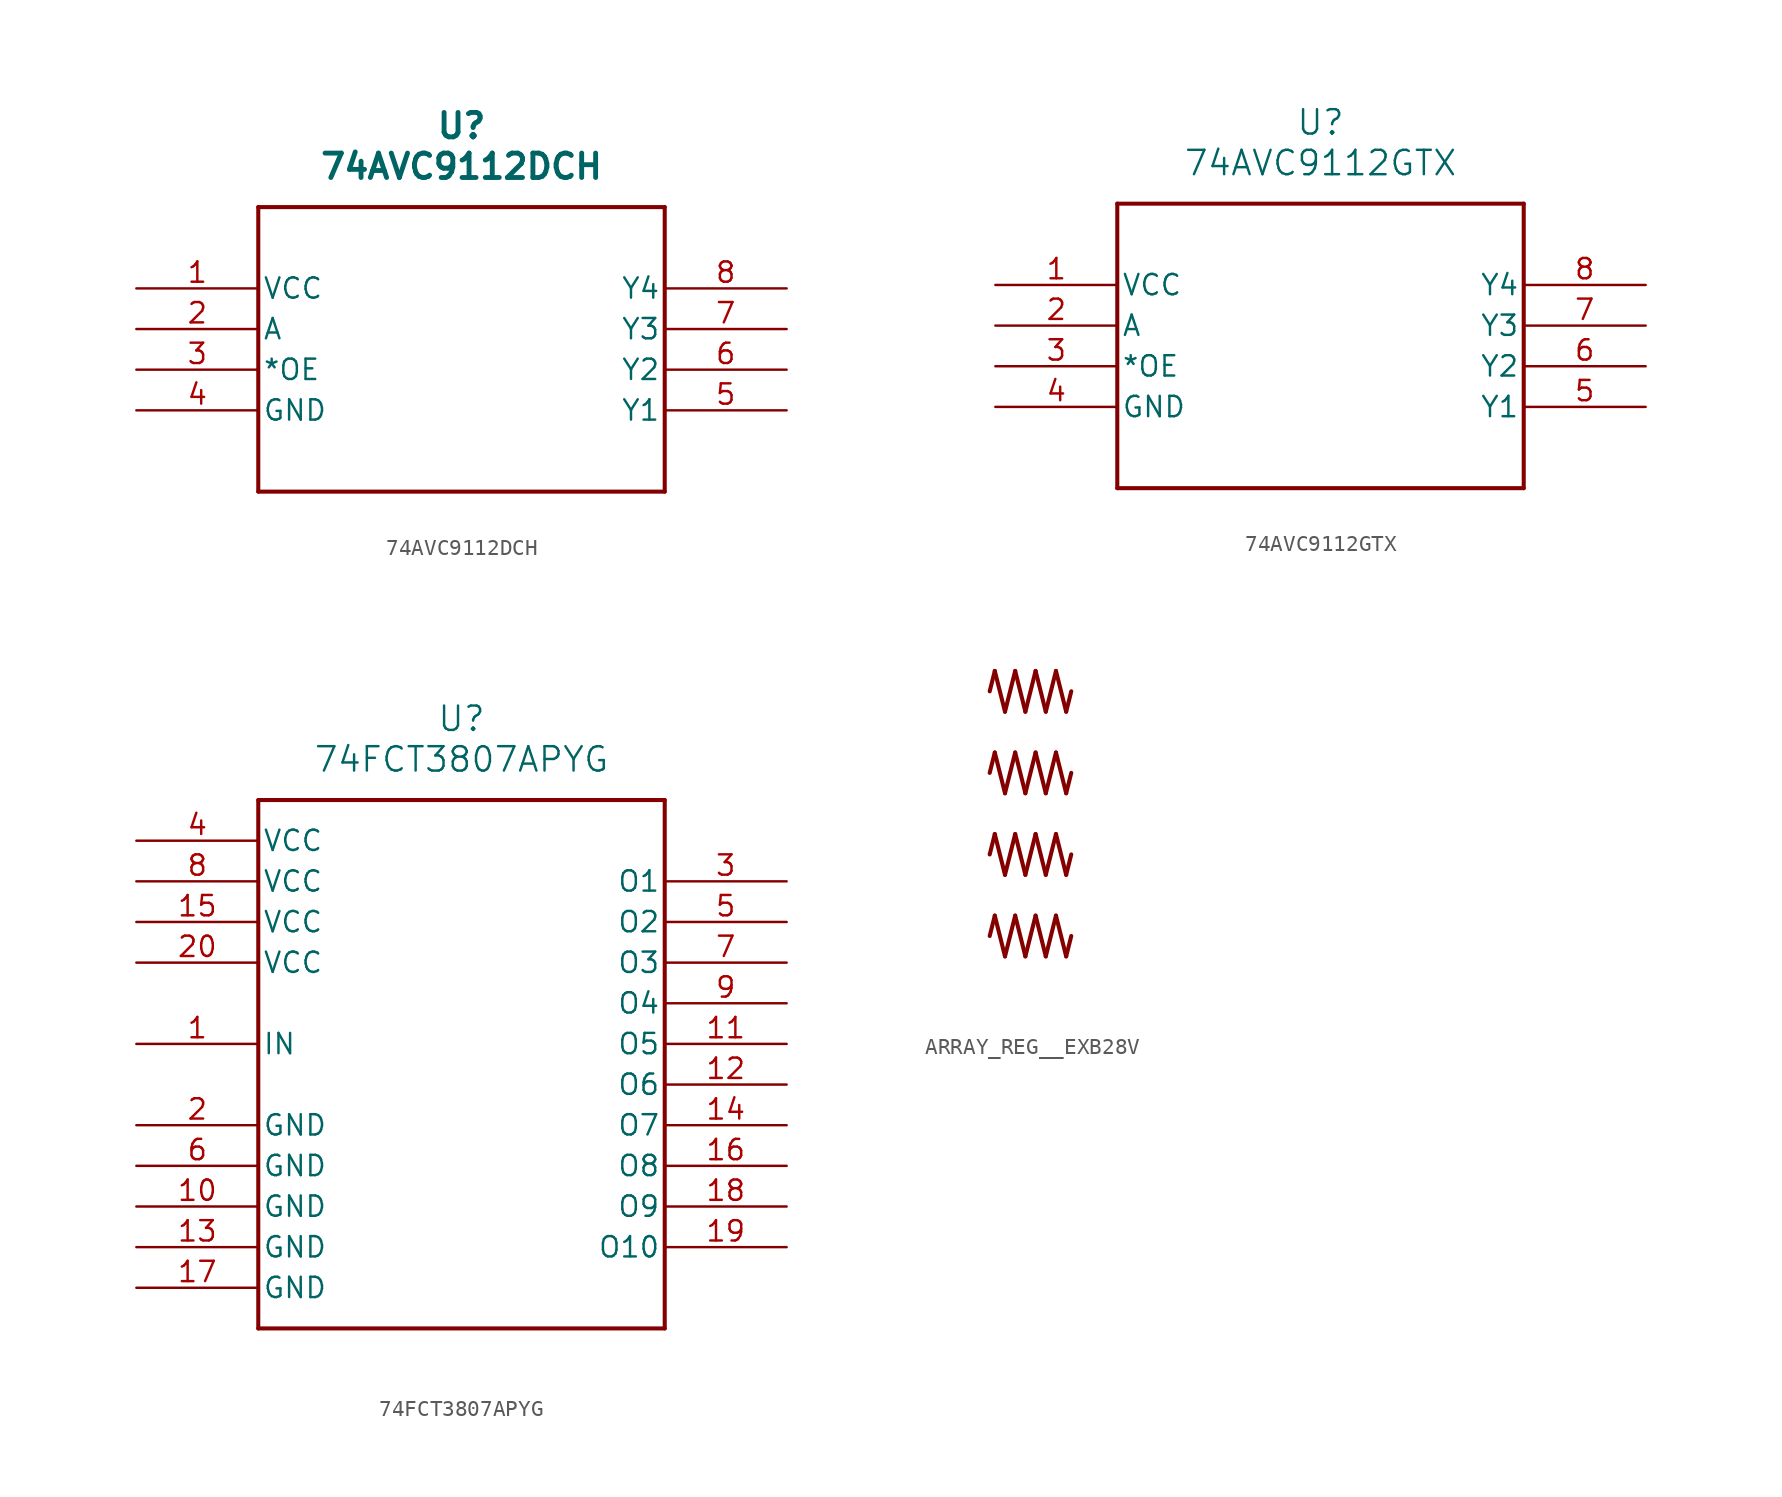
<source format=kicad_sym>
(kicad_symbol_lib
  (version 20231120)
  (generator "kicad_symbol_editor")
  (generator_version "8.0")
  (symbol "74AVC9112DCH"
    (pin_names
      (offset 0.254))
    (property "Reference" "U"
      (at 20.32 10.16 0)
      (effects (font (size 1.524 1.524) (thickness 0.305) (bold yes))))
    (property "Value" "74AVC9112DCH"
      (at 20.32 7.62 0)
      (effects (font (size 1.524 1.524) (thickness 0.305) (bold yes))))
    (property "ki_locked" ""
      (at 0 0 0)
      (effects (font (size 1.27 1.27))))
    (symbol "74AVC9112DCH_0_1"
      (pin power_in line (at 0 0 0) (length 7.62) (name "VCC" (effects (font (size 1.27 1.27)))) (number "1" (effects (font (size 1.27 1.27)))))
      (pin input line (at 0 -2.54 0) (length 7.62) (name "A" (effects (font (size 1.27 1.27)))) (number "2" (effects (font (size 1.27 1.27)))))
      (pin input line (at 0 -5.08 0) (length 7.62) (name "*OE" (effects (font (size 1.27 1.27)))) (number "3" (effects (font (size 1.27 1.27)))))
      (pin power_out line (at 0 -7.62 0) (length 7.62) (name "GND" (effects (font (size 1.27 1.27)))) (number "4" (effects (font (size 1.27 1.27)))))
      (pin output line (at 40.64 -7.62 180) (length 7.62) (name "Y1" (effects (font (size 1.27 1.27)))) (number "5" (effects (font (size 1.27 1.27)))))
      (pin output line (at 40.64 -5.08 180) (length 7.62) (name "Y2" (effects (font (size 1.27 1.27)))) (number "6" (effects (font (size 1.27 1.27)))))
      (pin output line (at 40.64 -2.54 180) (length 7.62) (name "Y3" (effects (font (size 1.27 1.27)))) (number "7" (effects (font (size 1.27 1.27)))))
      (pin output line (at 40.64 0 180) (length 7.62) (name "Y4" (effects (font (size 1.27 1.27)))) (number "8" (effects (font (size 1.27 1.27))))))
    (symbol "74AVC9112DCH_1_1"
      (polyline (pts (xy 7.62 -12.7) (xy 33.02 -12.7)) (stroke (width 0.254) (type default)) (fill (type none)))
      (polyline (pts (xy 7.62 5.08) (xy 7.62 -12.7)) (stroke (width 0.254) (type default)) (fill (type none)))
      (polyline (pts (xy 33.02 -12.7) (xy 33.02 5.08)) (stroke (width 0.254) (type default)) (fill (type none)))
      (polyline (pts (xy 33.02 5.08) (xy 7.62 5.08)) (stroke (width 0.254) (type default)) (fill (type none)))))
  (symbol "74AVC9112GTX"
    (pin_names
      (offset 0.254))
    (property "Reference" "U"
      (at 20.32 10.16 0)
      (effects (font (size 1.524 1.524))))
    (property "Value" "74AVC9112GTX"
      (at 20.32 7.62 0)
      (effects (font (size 1.524 1.524))))
    (property "ki_locked" ""
      (at 0 0 0)
      (effects (font (size 1.27 1.27))))
    (symbol "74AVC9112GTX_0_1"
      (pin power_in line (at 0 0 0) (length 7.62) (name "VCC" (effects (font (size 1.27 1.27)))) (number "1" (effects (font (size 1.27 1.27)))))
      (pin input line (at 0 -2.54 0) (length 7.62) (name "A" (effects (font (size 1.27 1.27)))) (number "2" (effects (font (size 1.27 1.27)))))
      (pin input line (at 0 -5.08 0) (length 7.62) (name "*OE" (effects (font (size 1.27 1.27)))) (number "3" (effects (font (size 1.27 1.27)))))
      (pin power_out line (at 0 -7.62 0) (length 7.62) (name "GND" (effects (font (size 1.27 1.27)))) (number "4" (effects (font (size 1.27 1.27)))))
      (pin output line (at 40.64 -7.62 180) (length 7.62) (name "Y1" (effects (font (size 1.27 1.27)))) (number "5" (effects (font (size 1.27 1.27)))))
      (pin output line (at 40.64 -5.08 180) (length 7.62) (name "Y2" (effects (font (size 1.27 1.27)))) (number "6" (effects (font (size 1.27 1.27)))))
      (pin output line (at 40.64 -2.54 180) (length 7.62) (name "Y3" (effects (font (size 1.27 1.27)))) (number "7" (effects (font (size 1.27 1.27)))))
      (pin output line (at 40.64 0 180) (length 7.62) (name "Y4" (effects (font (size 1.27 1.27)))) (number "8" (effects (font (size 1.27 1.27))))))
    (symbol "74AVC9112GTX_1_1"
      (polyline (pts (xy 7.62 -12.7) (xy 33.02 -12.7)) (stroke (width 0.254) (type default)) (fill (type none)))
      (polyline (pts (xy 7.62 5.08) (xy 7.62 -12.7)) (stroke (width 0.254) (type default)) (fill (type none)))
      (polyline (pts (xy 33.02 -12.7) (xy 33.02 5.08)) (stroke (width 0.254) (type default)) (fill (type none)))
      (polyline (pts (xy 33.02 5.08) (xy 7.62 5.08)) (stroke (width 0.254) (type default)) (fill (type none)))))
  (symbol "74FCT3807APYG"
    (pin_names
      (offset 0.254))
    (property "Reference" "U"
      (at 25.4 10.16 0)
      (effects (font (size 1.524 1.524))))
    (property "Value" "74FCT3807APYG"
      (at 25.4 7.62 0)
      (effects (font (size 1.524 1.524))))
    (property "ki_locked" ""
      (at 0 0 0)
      (effects (font (size 1.27 1.27))))
    (symbol "74FCT3807APYG_1_1"
      (polyline (pts (xy 12.7 -27.94) (xy 38.1 -27.94)) (stroke (width 0.254) (type default)) (fill (type none)))
      (polyline (pts (xy 12.7 5.08) (xy 12.7 -27.94)) (stroke (width 0.254) (type default)) (fill (type none)))
      (polyline (pts (xy 38.1 -27.94) (xy 38.1 5.08)) (stroke (width 0.254) (type default)) (fill (type none)))
      (polyline (pts (xy 38.1 5.08) (xy 12.7 5.08)) (stroke (width 0.254) (type default)) (fill (type none)))
      (pin bidirectional line (at 5.08 -10.16 0) (length 7.62) (name "IN" (effects (font (size 1.27 1.27)))) (number "1" (effects (font (size 1.27 1.27)))))
      (pin bidirectional line (at 5.08 -20.32 0) (length 7.62) (name "GND" (effects (font (size 1.27 1.27)))) (number "10" (effects (font (size 1.27 1.27)))))
      (pin bidirectional line (at 45.72 -10.16 180) (length 7.62) (name "O5" (effects (font (size 1.27 1.27)))) (number "11" (effects (font (size 1.27 1.27)))))
      (pin bidirectional line (at 45.72 -12.7 180) (length 7.62) (name "O6" (effects (font (size 1.27 1.27)))) (number "12" (effects (font (size 1.27 1.27)))))
      (pin bidirectional line (at 5.08 -22.86 0) (length 7.62) (name "GND" (effects (font (size 1.27 1.27)))) (number "13" (effects (font (size 1.27 1.27)))))
      (pin bidirectional line (at 45.72 -15.24 180) (length 7.62) (name "O7" (effects (font (size 1.27 1.27)))) (number "14" (effects (font (size 1.27 1.27)))))
      (pin bidirectional line (at 5.08 -2.54 0) (length 7.62) (name "VCC" (effects (font (size 1.27 1.27)))) (number "15" (effects (font (size 1.27 1.27)))))
      (pin bidirectional line (at 45.72 -17.78 180) (length 7.62) (name "O8" (effects (font (size 1.27 1.27)))) (number "16" (effects (font (size 1.27 1.27)))))
      (pin bidirectional line (at 5.08 -25.4 0) (length 7.62) (name "GND" (effects (font (size 1.27 1.27)))) (number "17" (effects (font (size 1.27 1.27)))))
      (pin power_in line (at 45.72 -20.32 180) (length 7.62) (name "O9" (effects (font (size 1.27 1.27)))) (number "18" (effects (font (size 1.27 1.27)))))
      (pin bidirectional line (at 45.72 -22.86 180) (length 7.62) (name "O10" (effects (font (size 1.27 1.27)))) (number "19" (effects (font (size 1.27 1.27)))))
      (pin bidirectional line (at 5.08 -15.24 0) (length 7.62) (name "GND" (effects (font (size 1.27 1.27)))) (number "2" (effects (font (size 1.27 1.27)))))
      (pin bidirectional line (at 5.08 -5.08 0) (length 7.62) (name "VCC" (effects (font (size 1.27 1.27)))) (number "20" (effects (font (size 1.27 1.27)))))
      (pin power_out line (at 45.72 0 180) (length 7.62) (name "O1" (effects (font (size 1.27 1.27)))) (number "3" (effects (font (size 1.27 1.27)))))
      (pin bidirectional line (at 5.08 2.54 0) (length 7.62) (name "VCC" (effects (font (size 1.27 1.27)))) (number "4" (effects (font (size 1.27 1.27)))))
      (pin bidirectional line (at 45.72 -2.54 180) (length 7.62) (name "O2" (effects (font (size 1.27 1.27)))) (number "5" (effects (font (size 1.27 1.27)))))
      (pin bidirectional line (at 5.08 -17.78 0) (length 7.62) (name "GND" (effects (font (size 1.27 1.27)))) (number "6" (effects (font (size 1.27 1.27)))))
      (pin bidirectional line (at 45.72 -5.08 180) (length 7.62) (name "O3" (effects (font (size 1.27 1.27)))) (number "7" (effects (font (size 1.27 1.27)))))
      (pin bidirectional line (at 5.08 0 0) (length 7.62) (name "VCC" (effects (font (size 1.27 1.27)))) (number "8" (effects (font (size 1.27 1.27)))))
      (pin power_in line (at 45.72 -7.62 180) (length 7.62) (name "O4" (effects (font (size 1.27 1.27)))) (number "9" (effects (font (size 1.27 1.27)))))))
  (symbol "ARRAY_REG__EXB28V"
    (property "Reference" ""
      (at -2.54 7.62 0)
      (effects (font (size 1.27 1.079)) (justify left bottom) (hide yes)))
    (property "Value" ""
      (at -2.54 -13.97 0)
      (effects (font (size 1.27 1.079)) (justify left bottom)))
    (property "ki_locked" ""
      (at 0 0 0)
      (effects (font (size 1.27 1.27))))
    (symbol "ARRAY_REG__EXB28V_1_0"
      (polyline (pts (xy -2.54 -10.16) (xy -2.223 -8.89)) (stroke (width 0.254) (type solid)) (fill (type none)))
      (polyline (pts (xy -2.54 -5.08) (xy -2.223 -3.81)) (stroke (width 0.254) (type solid)) (fill (type none)))
      (polyline (pts (xy -2.54 0) (xy -2.223 1.27)) (stroke (width 0.254) (type solid)) (fill (type none)))
      (polyline (pts (xy -2.54 5.08) (xy -2.223 6.35)) (stroke (width 0.254) (type solid)) (fill (type none)))
      (polyline (pts (xy -2.223 -8.89) (xy -1.587 -11.43)) (stroke (width 0.254) (type solid)) (fill (type none)))
      (polyline (pts (xy -2.223 -3.81) (xy -1.587 -6.35)) (stroke (width 0.254) (type solid)) (fill (type none)))
      (polyline (pts (xy -2.223 1.27) (xy -1.587 -1.27)) (stroke (width 0.254) (type solid)) (fill (type none)))
      (polyline (pts (xy -2.223 6.35) (xy -1.587 3.81)) (stroke (width 0.254) (type solid)) (fill (type none)))
      (polyline (pts (xy -1.587 -11.43) (xy -0.953 -8.89)) (stroke (width 0.254) (type solid)) (fill (type none)))
      (polyline (pts (xy -1.587 -6.35) (xy -0.953 -3.81)) (stroke (width 0.254) (type solid)) (fill (type none)))
      (polyline (pts (xy -1.587 -1.27) (xy -0.953 1.27)) (stroke (width 0.254) (type solid)) (fill (type none)))
      (polyline (pts (xy -1.587 3.81) (xy -0.953 6.35)) (stroke (width 0.254) (type solid)) (fill (type none)))
      (polyline (pts (xy -0.953 -8.89) (xy -0.318 -11.43)) (stroke (width 0.254) (type solid)) (fill (type none)))
      (polyline (pts (xy -0.953 -3.81) (xy -0.318 -6.35)) (stroke (width 0.254) (type solid)) (fill (type none)))
      (polyline (pts (xy -0.953 1.27) (xy -0.318 -1.27)) (stroke (width 0.254) (type solid)) (fill (type none)))
      (polyline (pts (xy -0.953 6.35) (xy -0.318 3.81)) (stroke (width 0.254) (type solid)) (fill (type none)))
      (polyline (pts (xy -0.318 -11.43) (xy 0.318 -8.89)) (stroke (width 0.254) (type solid)) (fill (type none)))
      (polyline (pts (xy -0.318 -6.35) (xy 0.318 -3.81)) (stroke (width 0.254) (type solid)) (fill (type none)))
      (polyline (pts (xy -0.318 -1.27) (xy 0.318 1.27)) (stroke (width 0.254) (type solid)) (fill (type none)))
      (polyline (pts (xy -0.318 3.81) (xy 0.318 6.35)) (stroke (width 0.254) (type solid)) (fill (type none)))
      (polyline (pts (xy 0.318 -8.89) (xy 0.953 -11.43)) (stroke (width 0.254) (type solid)) (fill (type none)))
      (polyline (pts (xy 0.318 -3.81) (xy 0.953 -6.35)) (stroke (width 0.254) (type solid)) (fill (type none)))
      (polyline (pts (xy 0.318 1.27) (xy 0.953 -1.27)) (stroke (width 0.254) (type solid)) (fill (type none)))
      (polyline (pts (xy 0.318 6.35) (xy 0.953 3.81)) (stroke (width 0.254) (type solid)) (fill (type none)))
      (polyline (pts (xy 0.953 -11.43) (xy 1.587 -8.89)) (stroke (width 0.254) (type solid)) (fill (type none)))
      (polyline (pts (xy 0.953 -6.35) (xy 1.587 -3.81)) (stroke (width 0.254) (type solid)) (fill (type none)))
      (polyline (pts (xy 0.953 -1.27) (xy 1.587 1.27)) (stroke (width 0.254) (type solid)) (fill (type none)))
      (polyline (pts (xy 0.953 3.81) (xy 1.587 6.35)) (stroke (width 0.254) (type solid)) (fill (type none)))
      (polyline (pts (xy 1.587 -8.89) (xy 2.223 -11.43)) (stroke (width 0.254) (type solid)) (fill (type none)))
      (polyline (pts (xy 1.587 -3.81) (xy 2.223 -6.35)) (stroke (width 0.254) (type solid)) (fill (type none)))
      (polyline (pts (xy 1.587 1.27) (xy 2.223 -1.27)) (stroke (width 0.254) (type solid)) (fill (type none)))
      (polyline (pts (xy 1.587 6.35) (xy 2.223 3.81)) (stroke (width 0.254) (type solid)) (fill (type none)))
      (polyline (pts (xy 2.223 -11.43) (xy 2.54 -10.16)) (stroke (width 0.254) (type solid)) (fill (type none)))
      (polyline (pts (xy 2.223 -6.35) (xy 2.54 -5.08)) (stroke (width 0.254) (type solid)) (fill (type none)))
      (polyline (pts (xy 2.223 -1.27) (xy 2.54 0)) (stroke (width 0.254) (type solid)) (fill (type none)))
      (polyline (pts (xy 2.223 3.81) (xy 2.54 5.08)) (stroke (width 0.254) (type solid)) (fill (type none)))
      (pin passive line (at -2.54 5.08 0) (length 0) (name "P1" (effects (font (size 0 0)))) (number "1" (effects (font (size 0 0)))))
      (pin passive line (at 2.54 5.08 0) (length 0) (name "P2" (effects (font (size 0 0)))) (number "2" (effects (font (size 0 0)))))
      (pin passive line (at -2.54 0 0) (length 0) (name "P3" (effects (font (size 0 0)))) (number "3" (effects (font (size 0 0)))))
      (pin passive line (at 2.54 0 0) (length 0) (name "P4" (effects (font (size 0 0)))) (number "4" (effects (font (size 0 0)))))
      (pin passive line (at -2.54 -5.08 0) (length 0) (name "P5" (effects (font (size 0 0)))) (number "5" (effects (font (size 0 0)))))
      (pin passive line (at 2.54 -5.08 0) (length 0) (name "P6" (effects (font (size 0 0)))) (number "6" (effects (font (size 0 0)))))
      (pin passive line (at -2.54 -10.16 0) (length 0) (name "P7" (effects (font (size 0 0)))) (number "7" (effects (font (size 0 0)))))
      (pin passive line (at 2.54 -10.16 0) (length 0) (name "P8" (effects (font (size 0 0)))) (number "8" (effects (font (size 0 0))))))))
</source>
